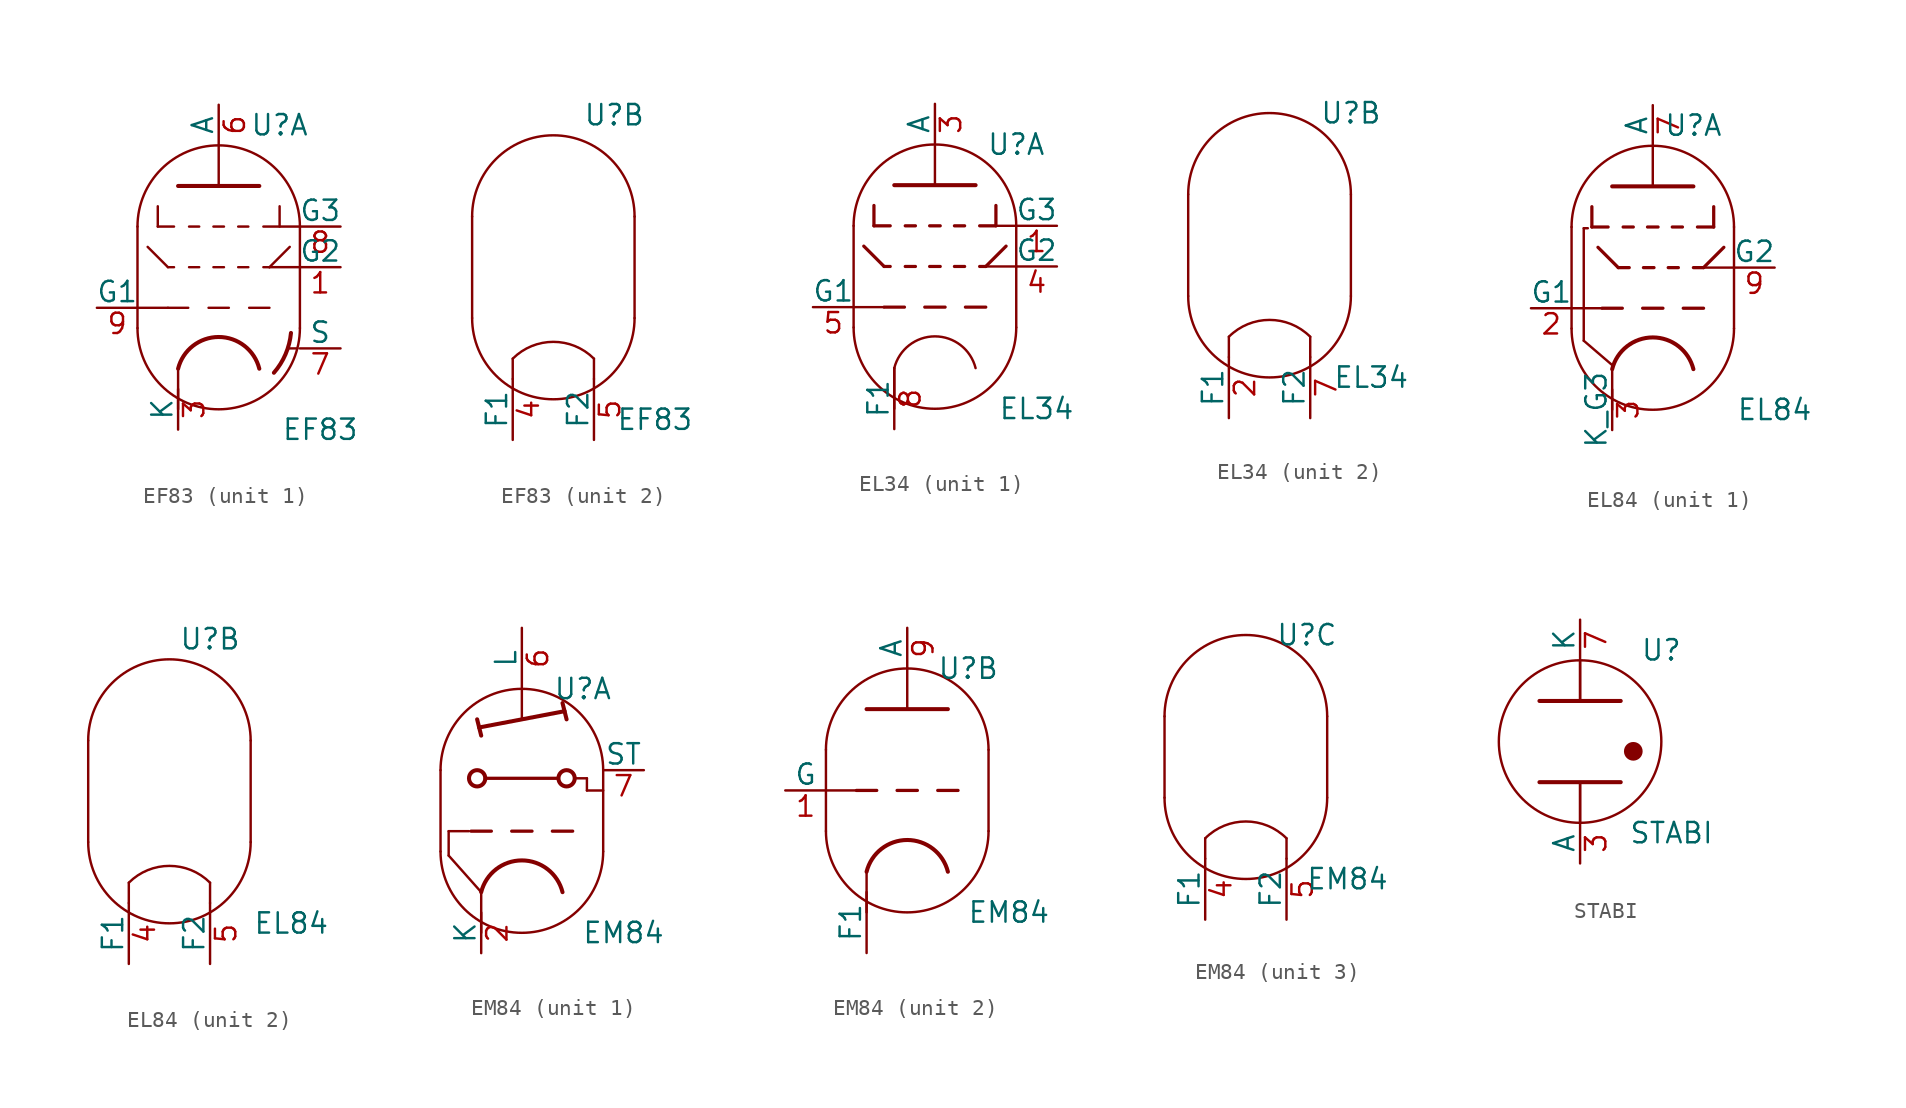
<source format=kicad_sym>
(kicad_symbol_lib
  (version 20201005)
  (generator kicad_symbol_editor)
  (symbol "Valve:EF83"
    (pin_names
      (offset 0))
    (property "Reference" "U"
      (at 3.81 10.16 0)
      (effects (font (size 1.27 1.27))))
    (property "Value" "EF83"
      (at 6.35 -8.89 0)
      (effects (font (size 1.27 1.27))))
    (property "ki_locked" ""
      (at 0 0 0)
      (effects (font (size 1.27 1.27))))
    (symbol "EF83_0_1"
      (arc (start -5.08 -2.54) (end 5.08 -2.54) (radius (at 0 -2.54) (length 5.08) (angles -179.9 -0.1)) (stroke (width 0)) (fill (type none)))
      (arc (start 5.08 3.81) (end -5.08 3.81) (radius (at 0 3.81) (length 5.08) (angles 0.1 179.9)) (stroke (width 0)) (fill (type none)))
      (polyline (pts (xy -5.08 -2.54) (xy -5.08 3.81) (xy -5.08 3.81)) (stroke (width 0)) (fill (type none)))
      (polyline (pts (xy 5.08 -2.54) (xy 5.08 3.81) (xy 5.08 3.81)) (stroke (width 0)) (fill (type none))))
    (symbol "EF83_1_0"
      (polyline (pts (xy -2.54 -5.08) (xy -2.54 -7.62)) (stroke (width 0)) (fill (type none)))
      (polyline (pts (xy 4.318 -3.785) (xy 4.343 -3.81)) (stroke (width 0)) (fill (type none)))
      (polyline (pts (xy 4.928 -3.81) (xy 4.343 -3.81)) (stroke (width 0)) (fill (type none))))
    (symbol "EF83_1_1"
      (arc (start 3.4544 -5.334) (end 4.5212 -2.8448) (radius (at -0.0508 -2.3876) (length 4.572) (angles -39.8 -5.8)) (stroke (width 0.254)) (fill (type none)))
      (arc (start 2.54 -5.08) (end -2.54 -5.08) (radius (at 0 -5.715) (length 2.6162) (angles 14.2 165.9)) (stroke (width 0.254)) (fill (type none)))
      (polyline (pts (xy -5.08 -1.27) (xy -3.175 -1.27)) (stroke (width 0)) (fill (type none)))
      (polyline (pts (xy -4.445 2.54) (xy -3.175 1.27)) (stroke (width 0.152)) (fill (type none)))
      (polyline (pts (xy -3.81 3.81) (xy -2.794 3.81)) (stroke (width 0.152)) (fill (type none)))
      (polyline (pts (xy -3.81 5.08) (xy -3.81 3.81)) (stroke (width 0.152)) (fill (type none)))
      (polyline (pts (xy -3.175 1.27) (xy -2.794 1.27)) (stroke (width 0.152)) (fill (type none)))
      (polyline (pts (xy -1.905 -1.27) (xy -3.175 -1.27)) (stroke (width 0.152)) (fill (type none)))
      (polyline (pts (xy -1.854 1.27) (xy -1.219 1.27)) (stroke (width 0.152)) (fill (type none)))
      (polyline (pts (xy -1.854 3.81) (xy -1.219 3.81)) (stroke (width 0.152)) (fill (type none)))
      (polyline (pts (xy -0.635 -1.27) (xy 0.635 -1.27)) (stroke (width 0.152)) (fill (type none)))
      (polyline (pts (xy -0.33 1.27) (xy 0.33 1.27)) (stroke (width 0.152)) (fill (type none)))
      (polyline (pts (xy -0.33 3.81) (xy 0.33 3.81)) (stroke (width 0.152)) (fill (type none)))
      (polyline (pts (xy 0 6.35) (xy 0 8.89)) (stroke (width 0)) (fill (type none)))
      (polyline (pts (xy 1.219 1.27) (xy 1.854 1.27)) (stroke (width 0.152)) (fill (type none)))
      (polyline (pts (xy 1.219 3.81) (xy 1.854 3.81)) (stroke (width 0.152)) (fill (type none)))
      (polyline (pts (xy 1.905 -1.27) (xy 3.175 -1.27)) (stroke (width 0.152)) (fill (type none)))
      (polyline (pts (xy 2.794 1.27) (xy 3.175 1.27)) (stroke (width 0.152)) (fill (type none)))
      (polyline (pts (xy 3.175 1.27) (xy 5.08 1.27)) (stroke (width 0)) (fill (type none)))
      (polyline (pts (xy 3.81 3.81) (xy 2.794 3.81)) (stroke (width 0.152)) (fill (type none)))
      (polyline (pts (xy 3.81 5.08) (xy 3.81 3.81)) (stroke (width 0.152)) (fill (type none)))
      (polyline (pts (xy 3.886 3.81) (xy 5.08 3.81)) (stroke (width 0)) (fill (type none)))
      (polyline (pts (xy 4.445 2.54) (xy 3.175 1.27)) (stroke (width 0.152)) (fill (type none)))
      (polyline (pts (xy -2.54 6.35) (xy 2.54 6.35) (xy 2.54 6.35)) (stroke (width 0.254)) (fill (type none)))
      (pin input line (at 7.62 1.27 180) (length 2.54) (name "G2" (effects (font (size 1.27 1.27)))) (number "1" (effects (font (size 1.27 1.27)))))
      (pin bidirectional line (at -2.54 -8.89 90) (length 2.54) (name "K" (effects (font (size 1.27 1.27)))) (number "3" (effects (font (size 1.27 1.27)))))
      (pin output line (at 0 11.43 270) (length 2.54) (name "A" (effects (font (size 1.27 1.27)))) (number "6" (effects (font (size 1.27 1.27)))))
      (pin input line (at 7.62 -3.81 180) (length 2.54) (name "S" (effects (font (size 1.27 1.27)))) (number "7" (effects (font (size 1.27 1.27)))))
      (pin input line (at 7.62 3.81 180) (length 2.54) (name "G3" (effects (font (size 1.27 1.27)))) (number "8" (effects (font (size 1.27 1.27)))))
      (pin input line (at -7.62 -1.27 0) (length 2.54) (name "G1" (effects (font (size 1.27 1.27)))) (number "9" (effects (font (size 1.27 1.27))))))
    (symbol "EF83_2_1"
      (arc (start 2.54 -5.08) (end -2.54 -5.08) (radius (at 0 -7.62) (length 3.5814) (angles 45 135)) (stroke (width 0)) (fill (type none)))
      (polyline (pts (xy -2.54 -5.08) (xy -2.54 -6.35) (xy -2.54 -6.35)) (stroke (width 0)) (fill (type none)))
      (polyline (pts (xy 2.54 -5.08) (xy 2.54 -6.35) (xy 2.54 -6.35)) (stroke (width 0)) (fill (type none)))
      (pin power_in line (at -2.54 -10.16 90) (length 3.81) (name "F1" (effects (font (size 1.27 1.27)))) (number "4" (effects (font (size 1.27 1.27)))))
      (pin power_in line (at 2.54 -10.16 90) (length 3.81) (name "F2" (effects (font (size 1.27 1.27)))) (number "5" (effects (font (size 1.27 1.27)))))))
  (symbol "Valve:EL34"
    (pin_names
      (offset 0))
    (property "Reference" "U"
      (at 5.08 8.89 0)
      (effects (font (size 1.27 1.27))))
    (property "Value" "EL34"
      (at 6.35 -7.62 0)
      (effects (font (size 1.27 1.27))))
    (property "ki_locked" ""
      (at 0 0 0)
      (effects (font (size 1.27 1.27))))
    (symbol "EL34_0_1"
      (arc (start -5.08 -2.54) (end 5.08 -2.54) (radius (at 0 -2.54) (length 5.08) (angles -179.9 -0.1)) (stroke (width 0)) (fill (type none)))
      (arc (start 5.08 3.81) (end -5.08 3.81) (radius (at 0 3.81) (length 5.08) (angles 0.1 179.9)) (stroke (width 0)) (fill (type none)))
      (polyline (pts (xy -5.08 3.81) (xy -5.08 -2.54) (xy -5.08 -2.54)) (stroke (width 0)) (fill (type none)))
      (polyline (pts (xy 5.08 3.81) (xy 5.08 -2.54) (xy 5.08 -2.54)) (stroke (width 0)) (fill (type none))))
    (symbol "EL34_1_0"
      (polyline (pts (xy -2.54 -5.08) (xy -2.54 -7.62)) (stroke (width 0)) (fill (type none))))
    (symbol "EL34_1_1"
      (arc (start 2.54 -5.08) (end -2.54 -5.08) (radius (at 0 -5.715) (length 2.6162) (angles 14.2 165.9)) (stroke (width 0)) (fill (type none)))
      (polyline (pts (xy -5.08 -1.27) (xy -3.175 -1.27)) (stroke (width 0)) (fill (type none)))
      (polyline (pts (xy -4.445 2.54) (xy -3.175 1.27)) (stroke (width 0.203)) (fill (type none)))
      (polyline (pts (xy -3.81 3.81) (xy -2.794 3.81)) (stroke (width 0.203)) (fill (type none)))
      (polyline (pts (xy -3.81 5.08) (xy -3.81 3.81)) (stroke (width 0.203)) (fill (type none)))
      (polyline (pts (xy -3.175 1.27) (xy -2.794 1.27)) (stroke (width 0.203)) (fill (type none)))
      (polyline (pts (xy -1.905 -1.27) (xy -3.175 -1.27)) (stroke (width 0.203)) (fill (type none)))
      (polyline (pts (xy -1.854 1.27) (xy -1.219 1.27)) (stroke (width 0.203)) (fill (type none)))
      (polyline (pts (xy -1.854 3.81) (xy -1.219 3.81)) (stroke (width 0.203)) (fill (type none)))
      (polyline (pts (xy -0.635 -1.27) (xy 0.635 -1.27)) (stroke (width 0.203)) (fill (type none)))
      (polyline (pts (xy -0.33 1.27) (xy 0.33 1.27)) (stroke (width 0.203)) (fill (type none)))
      (polyline (pts (xy -0.33 3.81) (xy 0.33 3.81)) (stroke (width 0.203)) (fill (type none)))
      (polyline (pts (xy 0 6.35) (xy 0 8.89)) (stroke (width 0)) (fill (type none)))
      (polyline (pts (xy 1.219 1.27) (xy 1.854 1.27)) (stroke (width 0.203)) (fill (type none)))
      (polyline (pts (xy 1.219 3.81) (xy 1.854 3.81)) (stroke (width 0.203)) (fill (type none)))
      (polyline (pts (xy 1.905 -1.27) (xy 3.175 -1.27)) (stroke (width 0.203)) (fill (type none)))
      (polyline (pts (xy 2.794 1.27) (xy 3.175 1.27)) (stroke (width 0.203)) (fill (type none)))
      (polyline (pts (xy 3.175 1.27) (xy 5.08 1.27)) (stroke (width 0)) (fill (type none)))
      (polyline (pts (xy 3.81 3.81) (xy 2.794 3.81)) (stroke (width 0.203)) (fill (type none)))
      (polyline (pts (xy 3.81 5.08) (xy 3.81 3.81)) (stroke (width 0.203)) (fill (type none)))
      (polyline (pts (xy 3.886 3.81) (xy 5.08 3.81)) (stroke (width 0)) (fill (type none)))
      (polyline (pts (xy 4.445 2.54) (xy 3.175 1.27)) (stroke (width 0.203)) (fill (type none)))
      (polyline (pts (xy -2.54 6.35) (xy 2.54 6.35) (xy 2.54 6.35) (xy 2.54 6.35)) (stroke (width 0.254)) (fill (type none)))
      (pin input line (at 7.62 3.81 180) (length 2.54) (name "G3" (effects (font (size 1.27 1.27)))) (number "1" (effects (font (size 1.27 1.27)))))
      (pin output line (at 0 11.43 270) (length 2.54) (name "A" (effects (font (size 1.27 1.27)))) (number "3" (effects (font (size 1.27 1.27)))))
      (pin input line (at 7.62 1.27 180) (length 2.54) (name "G2" (effects (font (size 1.27 1.27)))) (number "4" (effects (font (size 1.27 1.27)))))
      (pin input line (at -7.62 -1.27 0) (length 2.54) (name "G1" (effects (font (size 1.27 1.27)))) (number "5" (effects (font (size 1.27 1.27)))))
      (pin power_in line (at -2.54 -8.89 90) (length 3.81) (name "F1" (effects (font (size 1.27 1.27)))) (number "8" (effects (font (size 1.27 1.27))))))
    (symbol "EL34_2_1"
      (arc (start 2.54 -5.08) (end -2.54 -5.08) (radius (at 0 -7.62) (length 3.5814) (angles 45 135)) (stroke (width 0)) (fill (type none)))
      (polyline (pts (xy -2.54 -6.35) (xy -2.54 -5.08) (xy -2.54 -5.08)) (stroke (width 0)) (fill (type none)))
      (polyline (pts (xy 2.54 -6.35) (xy 2.54 -5.08) (xy 2.54 -5.08)) (stroke (width 0)) (fill (type none)))
      (pin power_in line (at -2.54 -10.16 90) (length 3.81) (name "F1" (effects (font (size 1.27 1.27)))) (number "2" (effects (font (size 1.27 1.27)))))
      (pin power_in line (at 2.54 -10.16 90) (length 3.81) (name "F2" (effects (font (size 1.27 1.27)))) (number "7" (effects (font (size 1.27 1.27)))))))
  (symbol "Valve:EL84"
    (pin_names
      (offset 0))
    (property "Reference" "U"
      (at 2.54 10.16 0)
      (effects (font (size 1.27 1.27))))
    (property "Value" "EL84"
      (at 7.62 -7.62 0)
      (effects (font (size 1.27 1.27))))
    (property "ki_locked" ""
      (at 0 0 0)
      (effects (font (size 1.27 1.27))))
    (symbol "EL84_0_1"
      (arc (start -5.08 -2.54) (end 5.08 -2.54) (radius (at 0 -2.54) (length 5.08) (angles -179.9 -0.1)) (stroke (width 0)) (fill (type none)))
      (arc (start 5.08 3.81) (end -5.08 3.81) (radius (at 0 3.81) (length 5.08) (angles 0.1 179.9)) (stroke (width 0)) (fill (type none)))
      (polyline (pts (xy -5.08 3.81) (xy -5.08 -2.54) (xy -5.08 -2.54)) (stroke (width 0)) (fill (type none)))
      (polyline (pts (xy 5.08 -2.54) (xy 5.08 3.81) (xy 5.08 3.81)) (stroke (width 0)) (fill (type none))))
    (symbol "EL84_1_0"
      (polyline (pts (xy -2.54 -5.08) (xy -2.54 -7.62)) (stroke (width 0)) (fill (type none))))
    (symbol "EL84_1_1"
      (arc (start 2.54 -5.08) (end -2.54 -5.08) (radius (at 0 -5.715) (length 2.6162) (angles 14.2 165.9)) (stroke (width 0.254)) (fill (type none)))
      (polyline (pts (xy -5.08 -1.27) (xy -3.175 -1.27)) (stroke (width 0)) (fill (type none)))
      (polyline (pts (xy -4.318 -3.302) (xy -4.318 3.734)) (stroke (width 0)) (fill (type none)))
      (polyline (pts (xy -4.318 -3.302) (xy -2.54 -4.826)) (stroke (width 0)) (fill (type none)))
      (polyline (pts (xy -4.064 3.734) (xy -4.318 3.734)) (stroke (width 0)) (fill (type none)))
      (polyline (pts (xy -3.81 3.81) (xy -2.794 3.81)) (stroke (width 0.203)) (fill (type none)))
      (polyline (pts (xy -3.81 5.08) (xy -3.81 3.81)) (stroke (width 0.203)) (fill (type none)))
      (polyline (pts (xy -3.429 2.54) (xy -2.159 1.27)) (stroke (width 0.203)) (fill (type none)))
      (polyline (pts (xy -2.159 1.27) (xy -1.473 1.27)) (stroke (width 0.203)) (fill (type none)))
      (polyline (pts (xy -1.905 -1.27) (xy -3.175 -1.27)) (stroke (width 0.203)) (fill (type none)))
      (polyline (pts (xy -1.854 3.81) (xy -1.219 3.81)) (stroke (width 0.203)) (fill (type none)))
      (polyline (pts (xy -0.635 -1.27) (xy 0.635 -1.27)) (stroke (width 0.203)) (fill (type none)))
      (polyline (pts (xy -0.584 1.27) (xy 0.076 1.27)) (stroke (width 0.203)) (fill (type none)))
      (polyline (pts (xy -0.33 3.81) (xy 0.33 3.81)) (stroke (width 0.203)) (fill (type none)))
      (polyline (pts (xy 0 6.35) (xy 0 8.89)) (stroke (width 0)) (fill (type none)))
      (polyline (pts (xy 0.965 1.27) (xy 1.6 1.27)) (stroke (width 0.203)) (fill (type none)))
      (polyline (pts (xy 1.219 3.81) (xy 1.854 3.81)) (stroke (width 0.203)) (fill (type none)))
      (polyline (pts (xy 1.905 -1.27) (xy 3.175 -1.27)) (stroke (width 0.203)) (fill (type none)))
      (polyline (pts (xy 2.54 1.27) (xy 3.175 1.27)) (stroke (width 0.203)) (fill (type none)))
      (polyline (pts (xy 3.175 1.27) (xy 5.08 1.27)) (stroke (width 0)) (fill (type none)))
      (polyline (pts (xy 3.81 3.81) (xy 2.794 3.81)) (stroke (width 0.203)) (fill (type none)))
      (polyline (pts (xy 3.81 5.08) (xy 3.81 3.81)) (stroke (width 0.203)) (fill (type none)))
      (polyline (pts (xy 4.445 2.54) (xy 3.175 1.27)) (stroke (width 0.203)) (fill (type none)))
      (polyline (pts (xy -2.54 6.35) (xy 2.54 6.35) (xy 2.54 6.35)) (stroke (width 0.254)) (fill (type none)))
      (pin input line (at -7.62 -1.27 0) (length 2.54) (name "G1" (effects (font (size 1.27 1.27)))) (number "2" (effects (font (size 1.27 1.27)))))
      (pin bidirectional line (at -2.54 -8.89 90) (length 2.54) (name "K_G3" (effects (font (size 1.27 1.27)))) (number "3" (effects (font (size 1.27 1.27)))))
      (pin output line (at 0 11.43 270) (length 2.54) (name "A" (effects (font (size 1.27 1.27)))) (number "7" (effects (font (size 1.27 1.27)))))
      (pin input line (at 7.62 1.27 180) (length 2.54) (name "G2" (effects (font (size 1.27 1.27)))) (number "9" (effects (font (size 1.27 1.27))))))
    (symbol "EL84_2_1"
      (arc (start 2.54 -5.08) (end -2.54 -5.08) (radius (at 0 -7.62) (length 3.5814) (angles 45 135)) (stroke (width 0)) (fill (type none)))
      (polyline (pts (xy -2.54 -5.08) (xy -2.54 -6.35) (xy -2.54 -6.35)) (stroke (width 0)) (fill (type none)))
      (polyline (pts (xy 2.54 -6.35) (xy 2.54 -5.08) (xy 2.54 -5.08)) (stroke (width 0)) (fill (type none)))
      (pin power_in line (at -2.54 -10.16 90) (length 3.81) (name "F1" (effects (font (size 1.27 1.27)))) (number "4" (effects (font (size 1.27 1.27)))))
      (pin power_in line (at 2.54 -10.16 90) (length 3.81) (name "F2" (effects (font (size 1.27 1.27)))) (number "5" (effects (font (size 1.27 1.27)))))))
  (symbol "Valve:EM84"
    (pin_names
      (offset 0))
    (property "Reference" "U"
      (at 3.81 7.62 0)
      (effects (font (size 1.27 1.27))))
    (property "Value" "EM84"
      (at 6.35 -7.62 0)
      (effects (font (size 1.27 1.27))))
    (property "ki_locked" ""
      (at 0 0 0)
      (effects (font (size 1.27 1.27))))
    (symbol "EM84_0_1"
      (arc (start -5.08 -2.54) (end 5.08 -2.54) (radius (at 0 -2.54) (length 5.08) (angles -179.9 -0.1)) (stroke (width 0)) (fill (type none)))
      (arc (start 5.08 2.54) (end -5.08 2.54) (radius (at 0 2.54) (length 5.08) (angles 0.1 179.9)) (stroke (width 0)) (fill (type none)))
      (polyline (pts (xy 5.08 2.54) (xy 5.08 -2.54)) (stroke (width 0)) (fill (type none)))
      (polyline (pts (xy -5.08 2.54) (xy -5.08 -2.54) (xy -5.08 -2.54)) (stroke (width 0)) (fill (type none))))
    (symbol "EM84_1_0"
      (polyline (pts (xy -2.54 -5.08) (xy -2.54 -7.62)) (stroke (width 0)) (fill (type none))))
    (symbol "EM84_1_1"
      (arc (start 2.54 -5.08) (end -2.54 -5.08) (radius (at 0 -5.715) (length 2.6162) (angles 14.2 165.9)) (stroke (width 0.254)) (fill (type none)))
      (circle (center -2.794 2.032) (radius 0.508) (stroke (width 0.254)) (fill (type none)))
      (circle (center 2.794 2.032) (radius 0.508) (stroke (width 0.254)) (fill (type none)))
      (polyline (pts (xy -4.572 -2.794) (xy -2.54 -5.08)) (stroke (width 0)) (fill (type none)))
      (polyline (pts (xy -4.572 -1.27) (xy -4.572 -2.794)) (stroke (width 0)) (fill (type none)))
      (polyline (pts (xy -3.302 -1.27) (xy -4.572 -1.27)) (stroke (width 0)) (fill (type none)))
      (polyline (pts (xy -2.794 5.715) (xy -2.54 4.699)) (stroke (width 0.254)) (fill (type none)))
      (polyline (pts (xy -2.286 2.032) (xy 2.286 2.032)) (stroke (width 0.203)) (fill (type none)))
      (polyline (pts (xy -1.905 -1.27) (xy -3.175 -1.27)) (stroke (width 0.203)) (fill (type none)))
      (polyline (pts (xy -0.635 -1.27) (xy 0.635 -1.27)) (stroke (width 0.203)) (fill (type none)))
      (polyline (pts (xy 1.905 -1.27) (xy 3.175 -1.27)) (stroke (width 0.203)) (fill (type none)))
      (polyline (pts (xy 2.54 6.731) (xy 2.794 5.715)) (stroke (width 0.254)) (fill (type none)))
      (polyline (pts (xy 3.302 2.032) (xy 4.064 2.032)) (stroke (width 0)) (fill (type none)))
      (polyline (pts (xy 4.064 1.27) (xy 5.08 1.27)) (stroke (width 0)) (fill (type none)))
      (polyline (pts (xy 4.064 2.032) (xy 4.064 1.27)) (stroke (width 0)) (fill (type none)))
      (polyline (pts (xy -2.667 5.207) (xy 2.667 6.223) (xy 2.667 6.223)) (stroke (width 0.254)) (fill (type none)))
      (polyline (pts (xy 0 7.62) (xy 0 5.715) (xy 0 5.715)) (stroke (width 0)) (fill (type none)))
      (pin bidirectional line (at -2.54 -8.89 90) (length 2.54) (name "K" (effects (font (size 1.27 1.27)))) (number "2" (effects (font (size 1.27 1.27)))))
      (pin output line (at 0 11.43 270) (length 3.81) (name "L" (effects (font (size 1.27 1.27)))) (number "6" (effects (font (size 1.27 1.27)))))
      (pin input line (at 7.62 2.54 180) (length 2.54) (name "ST" (effects (font (size 1.27 1.27)))) (number "7" (effects (font (size 1.27 1.27))))))
    (symbol "EM84_2_0"
      (polyline (pts (xy -2.54 -5.08) (xy -2.54 -7.62)) (stroke (width 0)) (fill (type none)))
      (polyline (pts (xy -0.635 0) (xy 0.635 0)) (stroke (width 0.203)) (fill (type none)))
      (polyline (pts (xy 1.905 0) (xy 3.175 0)) (stroke (width 0.203)) (fill (type none))))
    (symbol "EM84_2_1"
      (arc (start 2.54 -5.08) (end -2.54 -5.08) (radius (at 0 -5.715) (length 2.6162) (angles 14.2 165.9)) (stroke (width 0.254)) (fill (type none)))
      (polyline (pts (xy -5.08 0) (xy -3.175 0)) (stroke (width 0)) (fill (type none)))
      (polyline (pts (xy -1.905 0) (xy -3.175 0)) (stroke (width 0.203)) (fill (type none)))
      (polyline (pts (xy 0 5.08) (xy 0 7.62)) (stroke (width 0)) (fill (type none)))
      (polyline (pts (xy 1.778 5.08) (xy 1.778 5.08)) (stroke (width 0)) (fill (type none)))
      (polyline (pts (xy -2.54 5.08) (xy 2.54 5.08) (xy 2.54 5.08)) (stroke (width 0.254)) (fill (type none)))
      (pin input line (at -7.62 0 0) (length 2.54) (name "G" (effects (font (size 1.27 1.27)))) (number "1" (effects (font (size 1.27 1.27)))))
      (pin output line (at 0 10.16 270) (length 2.54) (name "A" (effects (font (size 1.27 1.27)))) (number "9" (effects (font (size 1.27 1.27)))))
      (pin power_in line (at -2.54 -10.16 90) (length 3.81) (name "F1" (effects (font (size 1.27 1.27)))) (number "~" (effects (font (size 1.27 1.27))))))
    (symbol "EM84_3_1"
      (arc (start 2.54 -5.08) (end -2.54 -5.08) (radius (at 0 -7.62) (length 3.5814) (angles 45 135)) (stroke (width 0)) (fill (type none)))
      (polyline (pts (xy -2.54 -5.08) (xy -2.54 -6.35) (xy -2.54 -6.35)) (stroke (width 0)) (fill (type none)))
      (polyline (pts (xy 2.54 -5.08) (xy 2.54 -6.35) (xy 2.54 -6.35)) (stroke (width 0)) (fill (type none)))
      (pin power_in line (at -2.54 -10.16 90) (length 3.81) (name "F1" (effects (font (size 1.27 1.27)))) (number "4" (effects (font (size 1.27 1.27)))))
      (pin power_in line (at 2.54 -10.16 90) (length 3.81) (name "F2" (effects (font (size 1.27 1.27)))) (number "5" (effects (font (size 1.27 1.27)))))))
  (symbol "Valve:STABI"
    (pin_names
      (offset 0))
    (property "Reference" "U"
      (at 5.08 5.715 0)
      (effects (font (size 1.27 1.27))))
    (property "Value" "STABI"
      (at 5.715 -5.715 0)
      (effects (font (size 1.27 1.27))))
    (symbol "STABI_1_0"
      (polyline (pts (xy 0 -2.54) (xy 0 -5.08)) (stroke (width 0)) (fill (type none)))
      (polyline (pts (xy 0 5.08) (xy 0 2.54)) (stroke (width 0)) (fill (type none))))
    (symbol "STABI_1_1"
      (circle (center 0 0) (radius 5.08) (stroke (width 0.152)) (fill (type none)))
      (circle (center 3.327 -0.61) (radius 0.508) (stroke (width 0)) (fill (type outline)))
      (polyline (pts (xy 0 -2.54) (xy 0 -5.08)) (stroke (width 0.152)) (fill (type none)))
      (polyline (pts (xy 0 5.08) (xy 0 2.54)) (stroke (width 0.152)) (fill (type none)))
      (polyline (pts (xy -2.54 -2.54) (xy 2.54 -2.54) (xy 2.54 -2.54)) (stroke (width 0.254)) (fill (type none)))
      (polyline (pts (xy -2.54 2.54) (xy 2.54 2.54) (xy 2.54 2.54) (xy 2.54 2.54)) (stroke (width 0.254)) (fill (type none)))
      (pin passive line (at 0 -7.62 90) (length 2.54) (name "A" (effects (font (size 1.27 1.27)))) (number "3" (effects (font (size 1.27 1.27)))))
      (pin passive line (at 0 7.62 270) (length 2.54) (name "K" (effects (font (size 1.27 1.27)))) (number "7" (effects (font (size 1.27 1.27))))))))
</source>
